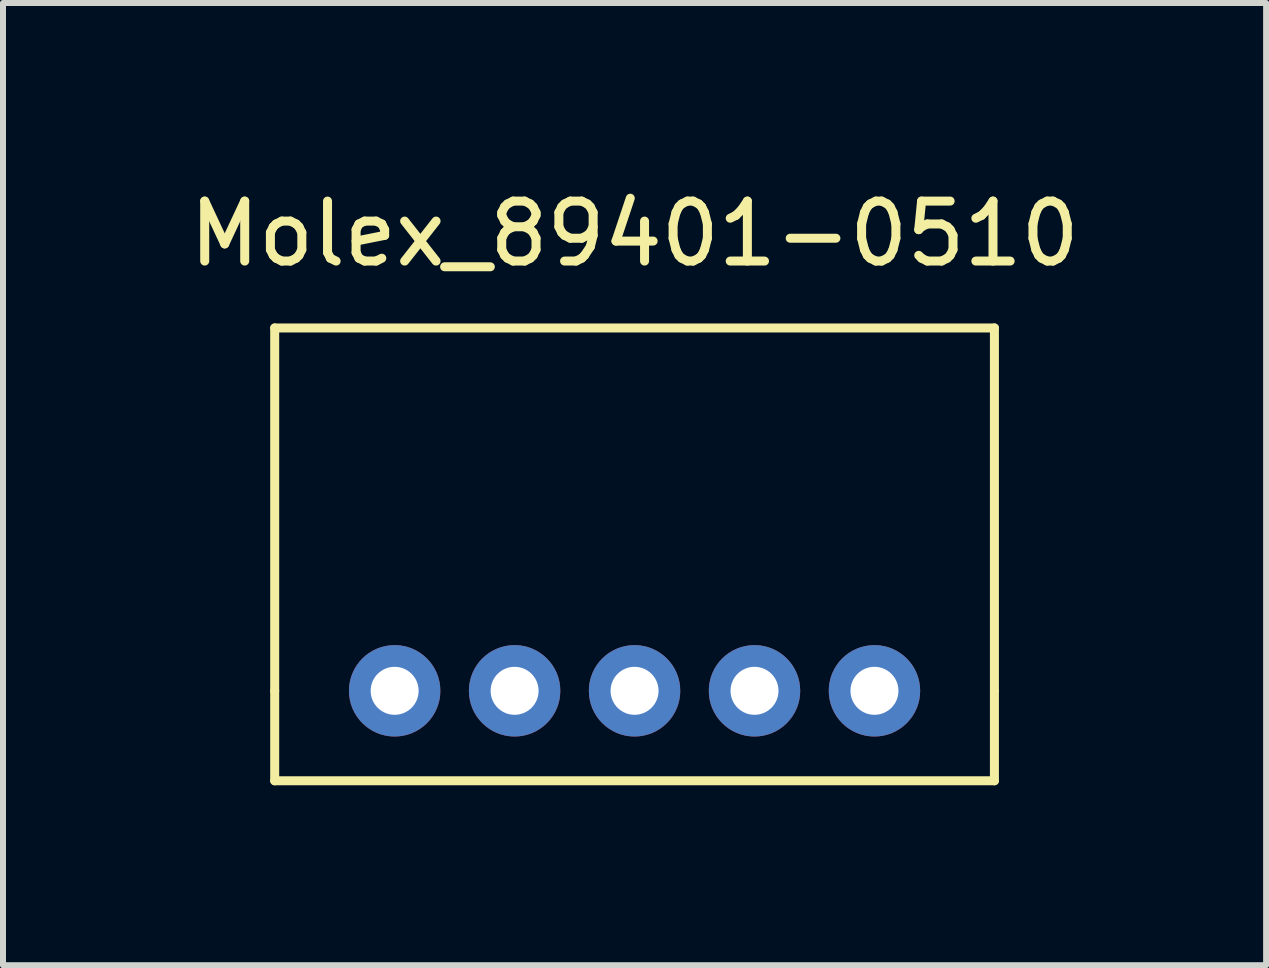
<source format=kicad_pcb>
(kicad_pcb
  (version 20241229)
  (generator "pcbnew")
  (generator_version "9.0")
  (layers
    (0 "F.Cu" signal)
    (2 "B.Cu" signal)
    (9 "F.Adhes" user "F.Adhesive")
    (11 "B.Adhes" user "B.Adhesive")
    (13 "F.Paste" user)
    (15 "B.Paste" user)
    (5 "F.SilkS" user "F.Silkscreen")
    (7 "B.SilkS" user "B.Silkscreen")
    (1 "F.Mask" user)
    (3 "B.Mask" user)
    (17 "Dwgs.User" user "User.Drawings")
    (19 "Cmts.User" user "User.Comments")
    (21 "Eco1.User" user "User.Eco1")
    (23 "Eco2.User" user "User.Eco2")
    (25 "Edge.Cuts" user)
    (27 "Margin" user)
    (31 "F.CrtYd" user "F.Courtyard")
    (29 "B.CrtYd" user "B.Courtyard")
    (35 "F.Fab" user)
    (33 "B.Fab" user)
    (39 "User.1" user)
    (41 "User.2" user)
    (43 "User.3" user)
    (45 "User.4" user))
  (footprint "Molex_89401-0510"
    (layer "F.Cu")
    (at 7.53 8.468)
    (property "Reference" "Molex_89401-0510" (at 0 -7.62 0) (layer "F.SilkS") (effects (font (size 1 1) (thickness 0.15))))
    (attr through_hole)
    (fp_line (start -6 0) (end -6 -6.05) (stroke (width 0.15) (type solid)) (layer "F.SilkS"))
    (fp_line (start -6 0) (end -6 1.5) (stroke (width 0.15) (type solid)) (layer "F.SilkS"))
    (fp_line (start 6 -6.05) (end -6 -6.05) (stroke (width 0.15) (type solid)) (layer "F.SilkS"))
    (fp_line (start 6 0) (end 6 -6.05) (stroke (width 0.15) (type solid)) (layer "F.SilkS"))
    (fp_line (start 6 0) (end 6 1.5) (stroke (width 0.15) (type solid)) (layer "F.SilkS"))
    (fp_line (start 6 1.5) (end -6 1.5) (stroke (width 0.15) (type solid)) (layer "F.SilkS"))
    (pad "1" thru_hole circle (at 4 0) (size 1.524 1.524) (drill 0.8) (layers "*.Cu" "*.Mask"))
    (pad "2" thru_hole circle (at 2 0) (size 1.524 1.524) (drill 0.8) (layers "*.Cu" "*.Mask"))
    (pad "3" thru_hole circle (at 0 0) (size 1.524 1.524) (drill 0.8) (layers "*.Cu" "*.Mask"))
    (pad "4" thru_hole circle (at -2 0) (size 1.524 1.524) (drill 0.8) (layers "*.Cu" "*.Mask"))
    (pad "5" thru_hole circle (at -4 0) (size 1.524 1.524) (drill 0.8) (layers "*.Cu" "*.Mask")))
  (gr_rect
    (start -3 -3)
    (end 18.06 13.043)
    (stroke (width 0.1) (type default))
    (fill no)
    (layer "Edge.Cuts")))
</source>
